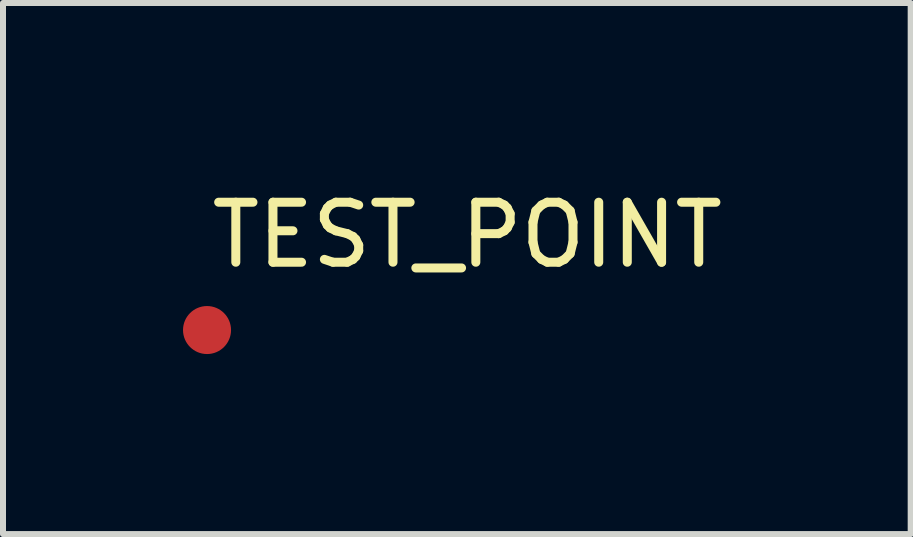
<source format=kicad_pcb>
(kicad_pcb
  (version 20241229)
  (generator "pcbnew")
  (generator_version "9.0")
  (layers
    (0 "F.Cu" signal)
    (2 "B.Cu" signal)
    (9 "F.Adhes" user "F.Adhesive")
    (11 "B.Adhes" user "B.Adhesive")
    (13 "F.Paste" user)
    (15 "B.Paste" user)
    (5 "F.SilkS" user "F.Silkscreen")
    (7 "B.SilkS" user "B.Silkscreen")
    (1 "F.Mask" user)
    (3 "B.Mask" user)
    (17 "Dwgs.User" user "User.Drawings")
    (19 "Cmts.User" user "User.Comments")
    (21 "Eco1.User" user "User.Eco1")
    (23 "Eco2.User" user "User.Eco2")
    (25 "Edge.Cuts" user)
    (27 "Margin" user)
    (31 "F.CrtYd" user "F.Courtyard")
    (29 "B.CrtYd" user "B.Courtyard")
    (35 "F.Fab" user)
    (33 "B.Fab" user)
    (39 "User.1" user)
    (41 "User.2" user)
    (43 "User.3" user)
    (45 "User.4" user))
  (footprint "TEST_POINT"
    (layer "F.Cu")
    (at 0.4 2.45)
    (property "Reference" "TEST_POINT" (at 0 -1 0) (unlocked yes) (layer "F.SilkS") (effects (font (size 1 1) (thickness 0.15)) (justify left bottom)))
    (pad "1" smd circle (at 0 0) (size 0.8 0.8) (layers "F.Cu" "F.Mask")))
  (gr_rect
    (start -3 -3)
    (end 12.126 5.85)
    (stroke (width 0.1) (type default))
    (fill no)
    (layer "Edge.Cuts")))
</source>
